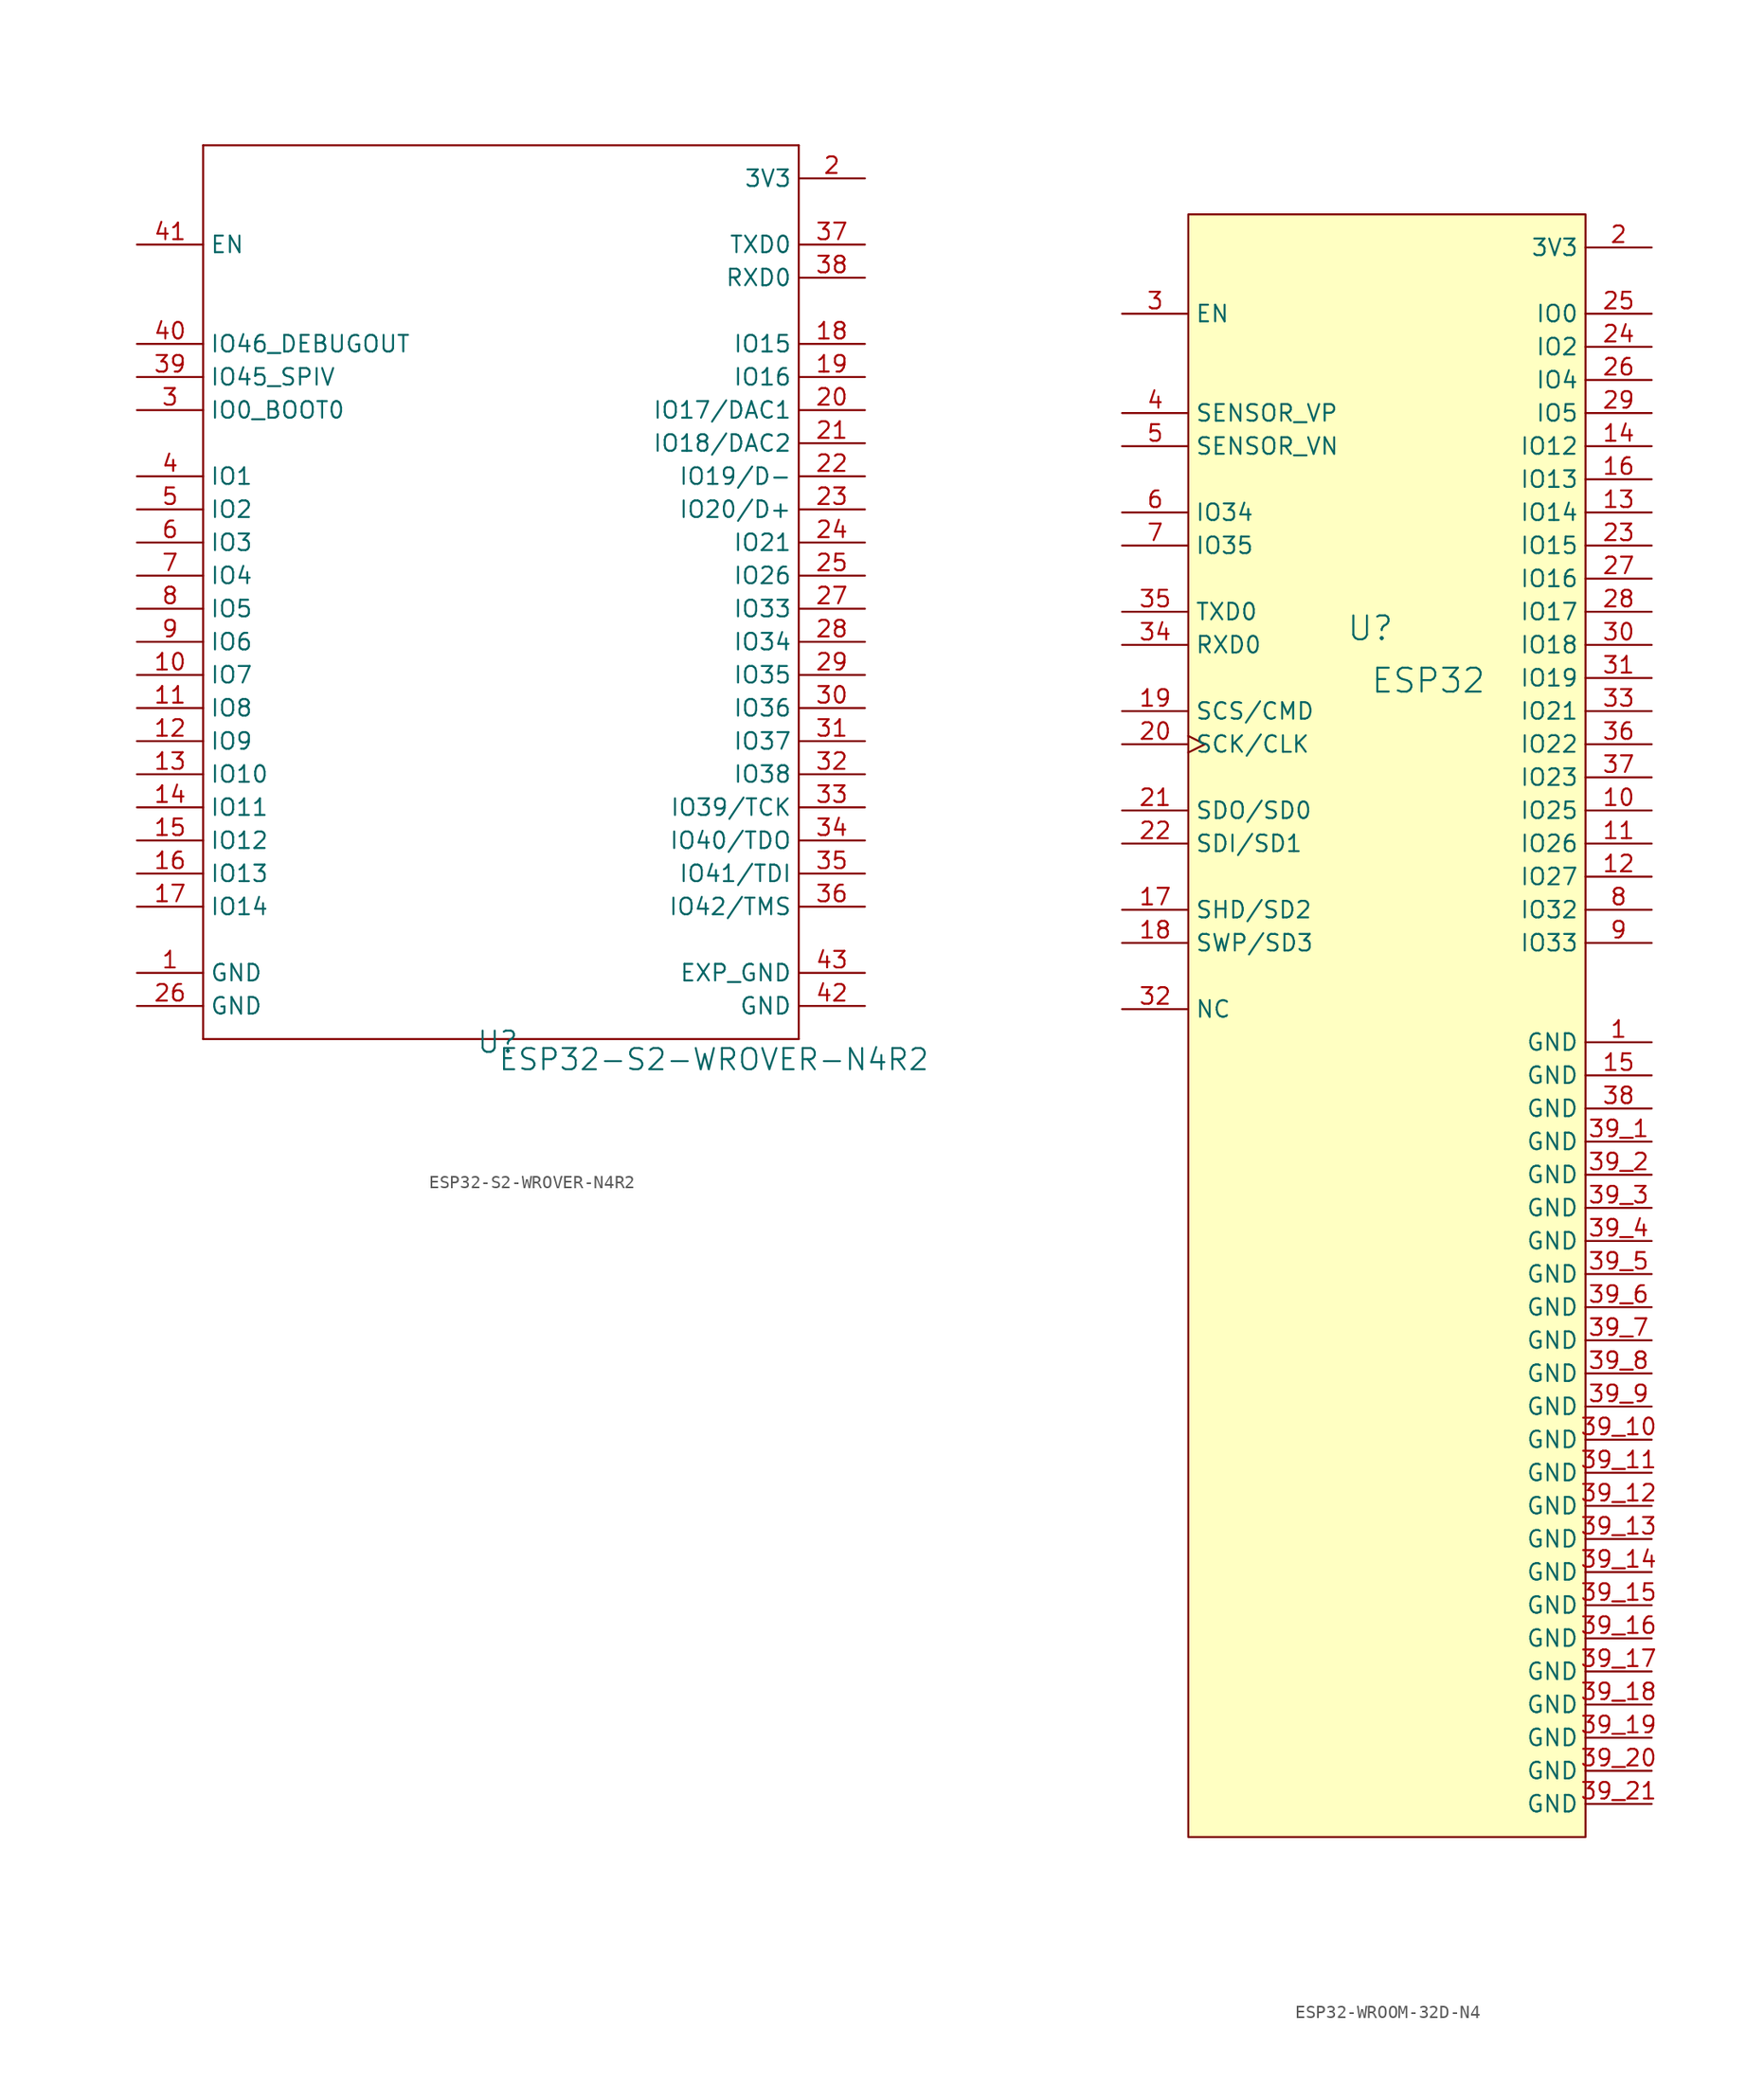
<source format=kicad_sym>
(kicad_symbol_lib
  (version 20241209)
  (generator "kicad_symbol_editor")
  (generator_version "9.0")
  (symbol "ESP32-S2-WROVER-N4R2"
    (property "Reference" "U"
      (at -1.516 -30.713 0)
      (effects (font (size 1.626 1.626))))
    (property "Value" "ESP32-S2-WROVER-N4R2"
      (at -1.516 -32.999 0)
      (effects (font (size 1.626 1.626)) (justify left bottom)))
    (symbol "ESP32-S2-WROVER-N4R2_1_0"
      (polyline (pts (xy -24.13 38.1) (xy 21.59 38.1)) (stroke (width 0) (type solid)) (fill (type none)))
      (polyline (pts (xy -24.13 -30.48) (xy -24.13 38.1)) (stroke (width 0) (type solid)) (fill (type none)))
      (polyline (pts (xy 21.59 38.1) (xy 21.59 -30.48)) (stroke (width 0) (type solid)) (fill (type none)))
      (polyline (pts (xy 21.59 -30.48) (xy -24.13 -30.48)) (stroke (width 0) (type solid)) (fill (type none)))
      (pin passive line (at -29.21 30.48 0) (length 5.08) (name "EN" (effects (font (size 1.27 1.27)))) (number "41" (effects (font (size 1.27 1.27)))))
      (pin passive line (at -29.21 22.86 0) (length 5.08) (name "IO46_DEBUGOUT" (effects (font (size 1.27 1.27)))) (number "40" (effects (font (size 1.27 1.27)))))
      (pin passive line (at -29.21 20.32 0) (length 5.08) (name "IO45_SPIV" (effects (font (size 1.27 1.27)))) (number "39" (effects (font (size 1.27 1.27)))))
      (pin passive line (at -29.21 17.78 0) (length 5.08) (name "IO0_BOOT0" (effects (font (size 1.27 1.27)))) (number "3" (effects (font (size 1.27 1.27)))))
      (pin passive line (at -29.21 12.7 0) (length 5.08) (name "IO1" (effects (font (size 1.27 1.27)))) (number "4" (effects (font (size 1.27 1.27)))))
      (pin passive line (at -29.21 10.16 0) (length 5.08) (name "IO2" (effects (font (size 1.27 1.27)))) (number "5" (effects (font (size 1.27 1.27)))))
      (pin passive line (at -29.21 7.62 0) (length 5.08) (name "IO3" (effects (font (size 1.27 1.27)))) (number "6" (effects (font (size 1.27 1.27)))))
      (pin passive line (at -29.21 5.08 0) (length 5.08) (name "IO4" (effects (font (size 1.27 1.27)))) (number "7" (effects (font (size 1.27 1.27)))))
      (pin passive line (at -29.21 2.54 0) (length 5.08) (name "IO5" (effects (font (size 1.27 1.27)))) (number "8" (effects (font (size 1.27 1.27)))))
      (pin passive line (at -29.21 0 0) (length 5.08) (name "IO6" (effects (font (size 1.27 1.27)))) (number "9" (effects (font (size 1.27 1.27)))))
      (pin passive line (at -29.21 -2.54 0) (length 5.08) (name "IO7" (effects (font (size 1.27 1.27)))) (number "10" (effects (font (size 1.27 1.27)))))
      (pin passive line (at -29.21 -5.08 0) (length 5.08) (name "IO8" (effects (font (size 1.27 1.27)))) (number "11" (effects (font (size 1.27 1.27)))))
      (pin passive line (at -29.21 -7.62 0) (length 5.08) (name "IO9" (effects (font (size 1.27 1.27)))) (number "12" (effects (font (size 1.27 1.27)))))
      (pin passive line (at -29.21 -10.16 0) (length 5.08) (name "IO10" (effects (font (size 1.27 1.27)))) (number "13" (effects (font (size 1.27 1.27)))))
      (pin passive line (at -29.21 -12.7 0) (length 5.08) (name "IO11" (effects (font (size 1.27 1.27)))) (number "14" (effects (font (size 1.27 1.27)))))
      (pin passive line (at -29.21 -15.24 0) (length 5.08) (name "IO12" (effects (font (size 1.27 1.27)))) (number "15" (effects (font (size 1.27 1.27)))))
      (pin passive line (at -29.21 -17.78 0) (length 5.08) (name "IO13" (effects (font (size 1.27 1.27)))) (number "16" (effects (font (size 1.27 1.27)))))
      (pin passive line (at -29.21 -20.32 0) (length 5.08) (name "IO14" (effects (font (size 1.27 1.27)))) (number "17" (effects (font (size 1.27 1.27)))))
      (pin passive line (at -29.21 -25.4 0) (length 5.08) (name "GND" (effects (font (size 1.27 1.27)))) (number "1" (effects (font (size 1.27 1.27)))))
      (pin passive line (at -29.21 -27.94 0) (length 5.08) (name "GND" (effects (font (size 1.27 1.27)))) (number "26" (effects (font (size 1.27 1.27)))))
      (pin passive line (at 26.67 35.56 180) (length 5.08) (name "3V3" (effects (font (size 1.27 1.27)))) (number "2" (effects (font (size 1.27 1.27)))))
      (pin passive line (at 26.67 30.48 180) (length 5.08) (name "TXD0" (effects (font (size 1.27 1.27)))) (number "37" (effects (font (size 1.27 1.27)))))
      (pin passive line (at 26.67 27.94 180) (length 5.08) (name "RXD0" (effects (font (size 1.27 1.27)))) (number "38" (effects (font (size 1.27 1.27)))))
      (pin passive line (at 26.67 22.86 180) (length 5.08) (name "IO15" (effects (font (size 1.27 1.27)))) (number "18" (effects (font (size 1.27 1.27)))))
      (pin passive line (at 26.67 20.32 180) (length 5.08) (name "IO16" (effects (font (size 1.27 1.27)))) (number "19" (effects (font (size 1.27 1.27)))))
      (pin passive line (at 26.67 17.78 180) (length 5.08) (name "IO17/DAC1" (effects (font (size 1.27 1.27)))) (number "20" (effects (font (size 1.27 1.27)))))
      (pin passive line (at 26.67 15.24 180) (length 5.08) (name "IO18/DAC2" (effects (font (size 1.27 1.27)))) (number "21" (effects (font (size 1.27 1.27)))))
      (pin passive line (at 26.67 12.7 180) (length 5.08) (name "IO19/D-" (effects (font (size 1.27 1.27)))) (number "22" (effects (font (size 1.27 1.27)))))
      (pin passive line (at 26.67 10.16 180) (length 5.08) (name "IO20/D+" (effects (font (size 1.27 1.27)))) (number "23" (effects (font (size 1.27 1.27)))))
      (pin passive line (at 26.67 7.62 180) (length 5.08) (name "IO21" (effects (font (size 1.27 1.27)))) (number "24" (effects (font (size 1.27 1.27)))))
      (pin passive line (at 26.67 5.08 180) (length 5.08) (name "IO26" (effects (font (size 1.27 1.27)))) (number "25" (effects (font (size 1.27 1.27)))))
      (pin passive line (at 26.67 2.54 180) (length 5.08) (name "IO33" (effects (font (size 1.27 1.27)))) (number "27" (effects (font (size 1.27 1.27)))))
      (pin passive line (at 26.67 0 180) (length 5.08) (name "IO34" (effects (font (size 1.27 1.27)))) (number "28" (effects (font (size 1.27 1.27)))))
      (pin passive line (at 26.67 -2.54 180) (length 5.08) (name "IO35" (effects (font (size 1.27 1.27)))) (number "29" (effects (font (size 1.27 1.27)))))
      (pin passive line (at 26.67 -5.08 180) (length 5.08) (name "IO36" (effects (font (size 1.27 1.27)))) (number "30" (effects (font (size 1.27 1.27)))))
      (pin passive line (at 26.67 -7.62 180) (length 5.08) (name "IO37" (effects (font (size 1.27 1.27)))) (number "31" (effects (font (size 1.27 1.27)))))
      (pin passive line (at 26.67 -10.16 180) (length 5.08) (name "IO38" (effects (font (size 1.27 1.27)))) (number "32" (effects (font (size 1.27 1.27)))))
      (pin passive line (at 26.67 -12.7 180) (length 5.08) (name "IO39/TCK" (effects (font (size 1.27 1.27)))) (number "33" (effects (font (size 1.27 1.27)))))
      (pin passive line (at 26.67 -15.24 180) (length 5.08) (name "IO40/TDO" (effects (font (size 1.27 1.27)))) (number "34" (effects (font (size 1.27 1.27)))))
      (pin passive line (at 26.67 -17.78 180) (length 5.08) (name "IO41/TDI" (effects (font (size 1.27 1.27)))) (number "35" (effects (font (size 1.27 1.27)))))
      (pin passive line (at 26.67 -20.32 180) (length 5.08) (name "IO42/TMS" (effects (font (size 1.27 1.27)))) (number "36" (effects (font (size 1.27 1.27)))))
      (pin passive line (at 26.67 -25.4 180) (length 5.08) (name "EXP_GND" (effects (font (size 1.27 1.27)))) (number "43" (effects (font (size 1.27 1.27)))))
      (pin passive line (at 26.67 -27.94 180) (length 5.08) (name "GND" (effects (font (size 1.27 1.27)))) (number "42" (effects (font (size 1.27 1.27)))))))
  (symbol "ESP32-WROOM-32D-N4"
    (property "Reference" "U"
      (at -1.27 1.27 0)
      (effects (font (size 1.829 1.829))))
    (property "Value" "ESP32"
      (at -1.27 -3.81 0)
      (effects (font (size 1.829 1.829)) (justify left bottom)))
    (symbol "ESP32-WROOM-32D-N4_1_0"
      (rectangle (start 15.24 33.02) (end -15.24 -91.44) (stroke (width 0) (type solid) (color 128 0 0 1)) (fill (type background)))
      (pin input line (at -20.32 25.4 0) (length 5.08) (name "EN" (effects (font (size 1.27 1.27)))) (number "3" (effects (font (size 1.27 1.27)))))
      (pin input line (at -20.32 17.78 0) (length 5.08) (name "SENSOR_VP" (effects (font (size 1.27 1.27)))) (number "4" (effects (font (size 1.27 1.27)))))
      (pin input line (at -20.32 15.24 0) (length 5.08) (name "SENSOR_VN" (effects (font (size 1.27 1.27)))) (number "5" (effects (font (size 1.27 1.27)))))
      (pin input line (at -20.32 10.16 0) (length 5.08) (name "IO34" (effects (font (size 1.27 1.27)))) (number "6" (effects (font (size 1.27 1.27)))))
      (pin input line (at -20.32 7.62 0) (length 5.08) (name "IO35" (effects (font (size 1.27 1.27)))) (number "7" (effects (font (size 1.27 1.27)))))
      (pin bidirectional line (at -20.32 2.54 0) (length 5.08) (name "TXD0" (effects (font (size 1.27 1.27)))) (number "35" (effects (font (size 1.27 1.27)))))
      (pin bidirectional line (at -20.32 0 0) (length 5.08) (name "RXD0" (effects (font (size 1.27 1.27)))) (number "34" (effects (font (size 1.27 1.27)))))
      (pin bidirectional line (at -20.32 -5.08 0) (length 5.08) (name "SCS/CMD" (effects (font (size 1.27 1.27)))) (number "19" (effects (font (size 1.27 1.27)))))
      (pin bidirectional clock (at -20.32 -7.62 0) (length 5.08) (name "SCK/CLK" (effects (font (size 1.27 1.27)))) (number "20" (effects (font (size 1.27 1.27)))))
      (pin bidirectional line (at -20.32 -12.7 0) (length 5.08) (name "SDO/SD0" (effects (font (size 1.27 1.27)))) (number "21" (effects (font (size 1.27 1.27)))))
      (pin bidirectional line (at -20.32 -15.24 0) (length 5.08) (name "SDI/SD1" (effects (font (size 1.27 1.27)))) (number "22" (effects (font (size 1.27 1.27)))))
      (pin bidirectional line (at -20.32 -20.32 0) (length 5.08) (name "SHD/SD2" (effects (font (size 1.27 1.27)))) (number "17" (effects (font (size 1.27 1.27)))))
      (pin bidirectional line (at -20.32 -22.86 0) (length 5.08) (name "SWP/SD3" (effects (font (size 1.27 1.27)))) (number "18" (effects (font (size 1.27 1.27)))))
      (pin passive line (at -20.32 -27.94 0) (length 5.08) (name "NC" (effects (font (size 1.27 1.27)))) (number "32" (effects (font (size 1.27 1.27)))))
      (pin power_in line (at 20.32 30.48 180) (length 5.08) (name "3V3" (effects (font (size 1.27 1.27)))) (number "2" (effects (font (size 1.27 1.27)))))
      (pin bidirectional line (at 20.32 25.4 180) (length 5.08) (name "IO0" (effects (font (size 1.27 1.27)))) (number "25" (effects (font (size 1.27 1.27)))))
      (pin bidirectional line (at 20.32 22.86 180) (length 5.08) (name "IO2" (effects (font (size 1.27 1.27)))) (number "24" (effects (font (size 1.27 1.27)))))
      (pin bidirectional line (at 20.32 20.32 180) (length 5.08) (name "IO4" (effects (font (size 1.27 1.27)))) (number "26" (effects (font (size 1.27 1.27)))))
      (pin bidirectional line (at 20.32 17.78 180) (length 5.08) (name "IO5" (effects (font (size 1.27 1.27)))) (number "29" (effects (font (size 1.27 1.27)))))
      (pin bidirectional line (at 20.32 15.24 180) (length 5.08) (name "IO12" (effects (font (size 1.27 1.27)))) (number "14" (effects (font (size 1.27 1.27)))))
      (pin bidirectional line (at 20.32 12.7 180) (length 5.08) (name "IO13" (effects (font (size 1.27 1.27)))) (number "16" (effects (font (size 1.27 1.27)))))
      (pin bidirectional line (at 20.32 10.16 180) (length 5.08) (name "IO14" (effects (font (size 1.27 1.27)))) (number "13" (effects (font (size 1.27 1.27)))))
      (pin bidirectional line (at 20.32 7.62 180) (length 5.08) (name "IO15" (effects (font (size 1.27 1.27)))) (number "23" (effects (font (size 1.27 1.27)))))
      (pin bidirectional line (at 20.32 5.08 180) (length 5.08) (name "IO16" (effects (font (size 1.27 1.27)))) (number "27" (effects (font (size 1.27 1.27)))))
      (pin bidirectional line (at 20.32 2.54 180) (length 5.08) (name "IO17" (effects (font (size 1.27 1.27)))) (number "28" (effects (font (size 1.27 1.27)))))
      (pin bidirectional line (at 20.32 0 180) (length 5.08) (name "IO18" (effects (font (size 1.27 1.27)))) (number "30" (effects (font (size 1.27 1.27)))))
      (pin bidirectional line (at 20.32 -2.54 180) (length 5.08) (name "IO19" (effects (font (size 1.27 1.27)))) (number "31" (effects (font (size 1.27 1.27)))))
      (pin bidirectional line (at 20.32 -5.08 180) (length 5.08) (name "IO21" (effects (font (size 1.27 1.27)))) (number "33" (effects (font (size 1.27 1.27)))))
      (pin bidirectional line (at 20.32 -7.62 180) (length 5.08) (name "IO22" (effects (font (size 1.27 1.27)))) (number "36" (effects (font (size 1.27 1.27)))))
      (pin bidirectional line (at 20.32 -10.16 180) (length 5.08) (name "IO23" (effects (font (size 1.27 1.27)))) (number "37" (effects (font (size 1.27 1.27)))))
      (pin bidirectional line (at 20.32 -12.7 180) (length 5.08) (name "IO25" (effects (font (size 1.27 1.27)))) (number "10" (effects (font (size 1.27 1.27)))))
      (pin bidirectional line (at 20.32 -15.24 180) (length 5.08) (name "IO26" (effects (font (size 1.27 1.27)))) (number "11" (effects (font (size 1.27 1.27)))))
      (pin bidirectional line (at 20.32 -17.78 180) (length 5.08) (name "IO27" (effects (font (size 1.27 1.27)))) (number "12" (effects (font (size 1.27 1.27)))))
      (pin bidirectional line (at 20.32 -20.32 180) (length 5.08) (name "IO32" (effects (font (size 1.27 1.27)))) (number "8" (effects (font (size 1.27 1.27)))))
      (pin bidirectional line (at 20.32 -22.86 180) (length 5.08) (name "IO33" (effects (font (size 1.27 1.27)))) (number "9" (effects (font (size 1.27 1.27)))))
      (pin power_in line (at 20.32 -30.48 180) (length 5.08) (name "GND" (effects (font (size 1.27 1.27)))) (number "1" (effects (font (size 1.27 1.27)))))
      (pin power_in line (at 20.32 -33.02 180) (length 5.08) (name "GND" (effects (font (size 1.27 1.27)))) (number "15" (effects (font (size 1.27 1.27)))))
      (pin power_in line (at 20.32 -35.56 180) (length 5.08) (name "GND" (effects (font (size 1.27 1.27)))) (number "38" (effects (font (size 1.27 1.27)))))
      (pin power_in line (at 20.32 -38.1 180) (length 5.08) (name "GND" (effects (font (size 1.27 1.27)))) (number "39_1" (effects (font (size 1.27 1.27)))))
      (pin power_in line (at 20.32 -40.64 180) (length 5.08) (name "GND" (effects (font (size 1.27 1.27)))) (number "39_2" (effects (font (size 1.27 1.27)))))
      (pin power_in line (at 20.32 -43.18 180) (length 5.08) (name "GND" (effects (font (size 1.27 1.27)))) (number "39_3" (effects (font (size 1.27 1.27)))))
      (pin power_in line (at 20.32 -45.72 180) (length 5.08) (name "GND" (effects (font (size 1.27 1.27)))) (number "39_4" (effects (font (size 1.27 1.27)))))
      (pin power_in line (at 20.32 -48.26 180) (length 5.08) (name "GND" (effects (font (size 1.27 1.27)))) (number "39_5" (effects (font (size 1.27 1.27)))))
      (pin power_in line (at 20.32 -50.8 180) (length 5.08) (name "GND" (effects (font (size 1.27 1.27)))) (number "39_6" (effects (font (size 1.27 1.27)))))
      (pin power_in line (at 20.32 -53.34 180) (length 5.08) (name "GND" (effects (font (size 1.27 1.27)))) (number "39_7" (effects (font (size 1.27 1.27)))))
      (pin power_in line (at 20.32 -55.88 180) (length 5.08) (name "GND" (effects (font (size 1.27 1.27)))) (number "39_8" (effects (font (size 1.27 1.27)))))
      (pin power_in line (at 20.32 -58.42 180) (length 5.08) (name "GND" (effects (font (size 1.27 1.27)))) (number "39_9" (effects (font (size 1.27 1.27)))))
      (pin power_in line (at 20.32 -60.96 180) (length 5.08) (name "GND" (effects (font (size 1.27 1.27)))) (number "39_10" (effects (font (size 1.27 1.27)))))
      (pin power_in line (at 20.32 -63.5 180) (length 5.08) (name "GND" (effects (font (size 1.27 1.27)))) (number "39_11" (effects (font (size 1.27 1.27)))))
      (pin power_in line (at 20.32 -66.04 180) (length 5.08) (name "GND" (effects (font (size 1.27 1.27)))) (number "39_12" (effects (font (size 1.27 1.27)))))
      (pin power_in line (at 20.32 -68.58 180) (length 5.08) (name "GND" (effects (font (size 1.27 1.27)))) (number "39_13" (effects (font (size 1.27 1.27)))))
      (pin power_in line (at 20.32 -71.12 180) (length 5.08) (name "GND" (effects (font (size 1.27 1.27)))) (number "39_14" (effects (font (size 1.27 1.27)))))
      (pin power_in line (at 20.32 -73.66 180) (length 5.08) (name "GND" (effects (font (size 1.27 1.27)))) (number "39_15" (effects (font (size 1.27 1.27)))))
      (pin power_in line (at 20.32 -76.2 180) (length 5.08) (name "GND" (effects (font (size 1.27 1.27)))) (number "39_16" (effects (font (size 1.27 1.27)))))
      (pin power_in line (at 20.32 -78.74 180) (length 5.08) (name "GND" (effects (font (size 1.27 1.27)))) (number "39_17" (effects (font (size 1.27 1.27)))))
      (pin power_in line (at 20.32 -81.28 180) (length 5.08) (name "GND" (effects (font (size 1.27 1.27)))) (number "39_18" (effects (font (size 1.27 1.27)))))
      (pin power_in line (at 20.32 -83.82 180) (length 5.08) (name "GND" (effects (font (size 1.27 1.27)))) (number "39_19" (effects (font (size 1.27 1.27)))))
      (pin power_in line (at 20.32 -86.36 180) (length 5.08) (name "GND" (effects (font (size 1.27 1.27)))) (number "39_20" (effects (font (size 1.27 1.27)))))
      (pin power_in line (at 20.32 -88.9 180) (length 5.08) (name "GND" (effects (font (size 1.27 1.27)))) (number "39_21" (effects (font (size 1.27 1.27))))))))
</source>
